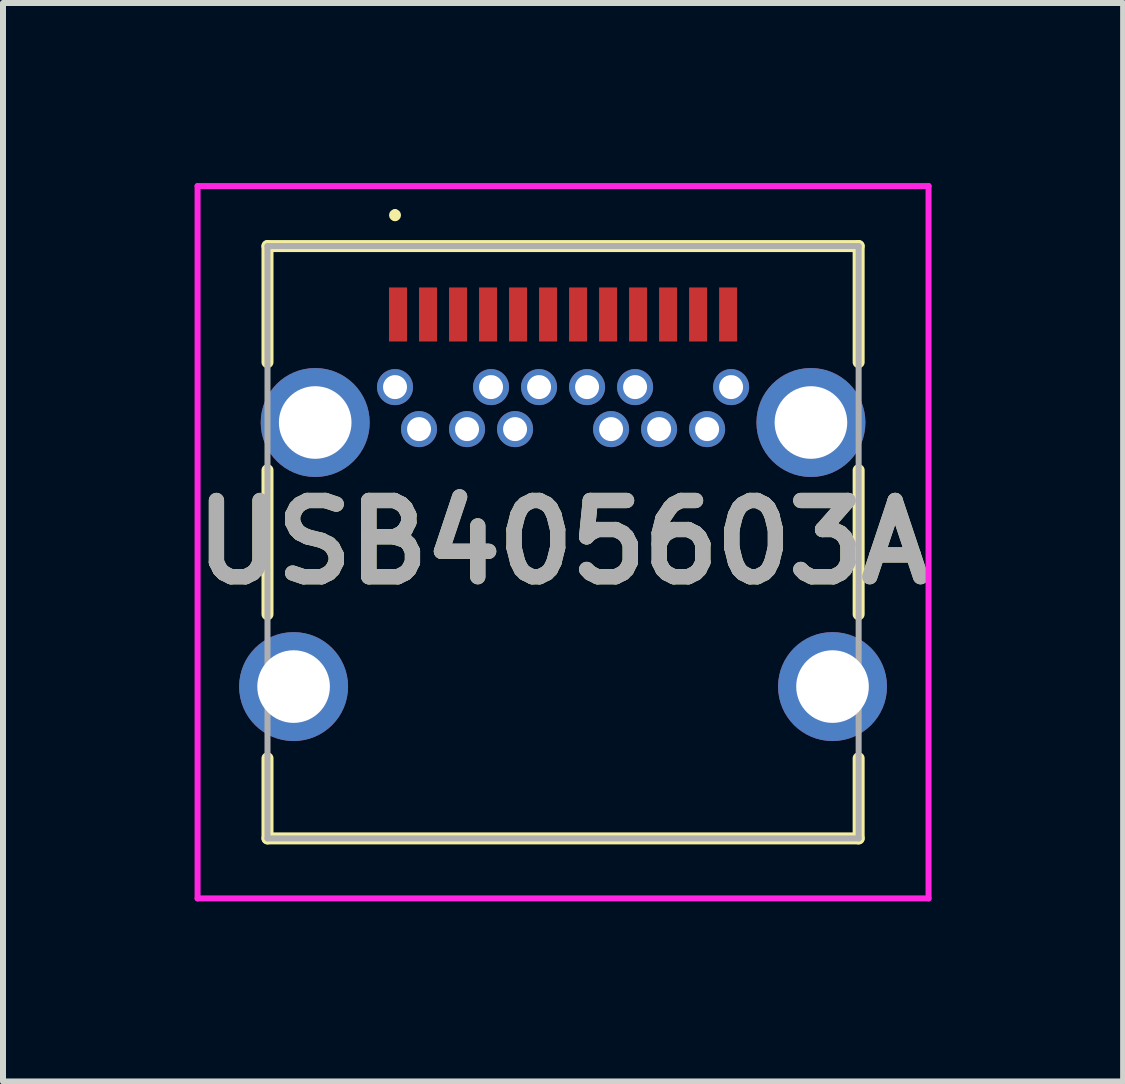
<source format=kicad_pcb>
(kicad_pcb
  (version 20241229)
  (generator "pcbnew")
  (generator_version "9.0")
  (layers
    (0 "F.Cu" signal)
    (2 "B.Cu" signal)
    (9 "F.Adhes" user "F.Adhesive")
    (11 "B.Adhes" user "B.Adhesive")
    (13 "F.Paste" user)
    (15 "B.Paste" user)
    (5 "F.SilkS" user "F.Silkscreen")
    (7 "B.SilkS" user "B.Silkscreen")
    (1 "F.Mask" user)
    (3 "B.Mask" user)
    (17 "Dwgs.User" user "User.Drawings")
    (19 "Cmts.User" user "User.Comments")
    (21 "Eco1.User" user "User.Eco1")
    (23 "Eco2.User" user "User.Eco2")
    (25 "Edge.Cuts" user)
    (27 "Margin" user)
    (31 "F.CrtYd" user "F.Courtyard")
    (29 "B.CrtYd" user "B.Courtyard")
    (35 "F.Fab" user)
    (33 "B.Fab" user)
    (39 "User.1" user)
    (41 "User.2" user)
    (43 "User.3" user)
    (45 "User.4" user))
  (footprint "USB405603A"
    (layer "F.Cu")
    (at 6.332 8.39)
    (property "Reference" "USB405603A" (at 0 -2.405 0) (layer "F.SilkS") (effects (font (size 1.27 1.27) (thickness 0.254))))
    (attr through_hole)
    (fp_line (start -4.925 -7.34) (end 4.925 -7.34) (stroke (width 0.2) (type solid)) (layer "F.SilkS"))
    (fp_line (start -4.925 -5.405) (end -4.925 -7.34) (stroke (width 0.2) (type solid)) (layer "F.SilkS"))
    (fp_line (start -4.925 -3.605) (end -4.925 -1.205) (stroke (width 0.2) (type solid)) (layer "F.SilkS"))
    (fp_line (start -4.925 1.195) (end -4.925 2.53) (stroke (width 0.2) (type solid)) (layer "F.SilkS"))
    (fp_line (start -4.925 2.53) (end 4.925 2.53) (stroke (width 0.2) (type solid)) (layer "F.SilkS"))
    (fp_line (start -2.8 -7.905) (end -2.8 -7.905) (stroke (width 0.1) (type solid)) (layer "F.SilkS"))
    (fp_line (start -2.8 -7.805) (end -2.8 -7.805) (stroke (width 0.1) (type solid)) (layer "F.SilkS"))
    (fp_line (start 4.925 -7.34) (end 4.925 -5.405) (stroke (width 0.2) (type solid)) (layer "F.SilkS"))
    (fp_line (start 4.925 -1.205) (end 4.925 -3.605) (stroke (width 0.2) (type solid)) (layer "F.SilkS"))
    (fp_line (start 4.925 2.53) (end 4.925 1.195) (stroke (width 0.2) (type solid)) (layer "F.SilkS"))
    (fp_arc (start -2.8 -7.905) (mid -2.75 -7.855) (end -2.8 -7.805) (stroke (width 0.1) (type solid)) (layer "F.SilkS"))
    (fp_arc (start -2.8 -7.805) (mid -2.85 -7.855) (end -2.8 -7.905) (stroke (width 0.1) (type solid)) (layer "F.SilkS"))
    (fp_line (start -6.09 -8.34) (end 6.09 -8.34) (stroke (width 0.1) (type solid)) (layer "F.CrtYd"))
    (fp_line (start -6.09 3.53) (end -6.09 -8.34) (stroke (width 0.1) (type solid)) (layer "F.CrtYd"))
    (fp_line (start 6.09 -8.34) (end 6.09 3.53) (stroke (width 0.1) (type solid)) (layer "F.CrtYd"))
    (fp_line (start 6.09 3.53) (end -6.09 3.53) (stroke (width 0.1) (type solid)) (layer "F.CrtYd"))
    (fp_line (start -4.925 -7.34) (end 4.925 -7.34) (stroke (width 0.1) (type solid)) (layer "F.Fab"))
    (fp_line (start -4.925 2.53) (end -4.925 -7.34) (stroke (width 0.1) (type solid)) (layer "F.Fab"))
    (fp_line (start 4.925 -7.34) (end 4.925 2.53) (stroke (width 0.1) (type solid)) (layer "F.Fab"))
    (fp_line (start 4.925 2.53) (end -4.925 2.53) (stroke (width 0.1) (type solid)) (layer "F.Fab"))
    (fp_text user "${REFERENCE}" (at 0 -2.405 0) (layer "F.Fab") (effects (font (size 1.27 1.27) (thickness 0.254))))
    (pad "A1" smd rect (at -2.75 -6.2) (size 0.3 0.9) (layers "F.Cu" "F.Mask" "F.Paste"))
    (pad "A2" smd rect (at -2.25 -6.2) (size 0.3 0.9) (layers "F.Cu" "F.Mask" "F.Paste"))
    (pad "A3" smd rect (at -1.75 -6.2) (size 0.3 0.9) (layers "F.Cu" "F.Mask" "F.Paste"))
    (pad "A4" smd rect (at -1.25 -6.2) (size 0.3 0.9) (layers "F.Cu" "F.Mask" "F.Paste"))
    (pad "A5" smd rect (at -0.75 -6.2) (size 0.3 0.9) (layers "F.Cu" "F.Mask" "F.Paste"))
    (pad "A6" smd rect (at -0.25 -6.2) (size 0.3 0.9) (layers "F.Cu" "F.Mask" "F.Paste"))
    (pad "A7" smd rect (at 0.25 -6.2) (size 0.3 0.9) (layers "F.Cu" "F.Mask" "F.Paste"))
    (pad "A8" smd rect (at 0.75 -6.2) (size 0.3 0.9) (layers "F.Cu" "F.Mask" "F.Paste"))
    (pad "A9" smd rect (at 1.25 -6.2) (size 0.3 0.9) (layers "F.Cu" "F.Mask" "F.Paste"))
    (pad "A10" smd rect (at 1.75 -6.2) (size 0.3 0.9) (layers "F.Cu" "F.Mask" "F.Paste"))
    (pad "A11" smd rect (at 2.25 -6.2) (size 0.3 0.9) (layers "F.Cu" "F.Mask" "F.Paste"))
    (pad "A12" smd rect (at 2.75 -6.2) (size 0.3 0.9) (layers "F.Cu" "F.Mask" "F.Paste"))
    (pad "B1" thru_hole circle (at 2.8 -4.99) (size 0.6 0.6) (drill 0.4) (layers "*.Cu" "*.Mask"))
    (pad "B2" thru_hole circle (at 2.4 -4.29) (size 0.6 0.6) (drill 0.4) (layers "*.Cu" "*.Mask"))
    (pad "B3" thru_hole circle (at 1.6 -4.29) (size 0.6 0.6) (drill 0.4) (layers "*.Cu" "*.Mask"))
    (pad "B4" thru_hole circle (at 1.2 -4.99) (size 0.6 0.6) (drill 0.4) (layers "*.Cu" "*.Mask"))
    (pad "B5" thru_hole circle (at 0.8 -4.29) (size 0.6 0.6) (drill 0.4) (layers "*.Cu" "*.Mask"))
    (pad "B6" thru_hole circle (at 0.4 -4.99) (size 0.6 0.6) (drill 0.4) (layers "*.Cu" "*.Mask"))
    (pad "B7" thru_hole circle (at -0.4 -4.99) (size 0.6 0.6) (drill 0.4) (layers "*.Cu" "*.Mask"))
    (pad "B8" thru_hole circle (at -0.8 -4.29) (size 0.6 0.6) (drill 0.4) (layers "*.Cu" "*.Mask"))
    (pad "B9" thru_hole circle (at -1.2 -4.99) (size 0.6 0.6) (drill 0.4) (layers "*.Cu" "*.Mask"))
    (pad "B10" thru_hole circle (at -1.6 -4.29) (size 0.6 0.6) (drill 0.4) (layers "*.Cu" "*.Mask"))
    (pad "B11" thru_hole circle (at -2.4 -4.29) (size 0.6 0.6) (drill 0.4) (layers "*.Cu" "*.Mask"))
    (pad "B12" thru_hole circle (at -2.8 -4.99) (size 0.6 0.6) (drill 0.4) (layers "*.Cu" "*.Mask"))
    (pad "MH1" thru_hole circle (at -4.13 -4.4) (size 1.815 1.815) (drill 1.21) (layers "*.Cu" "*.Mask"))
    (pad "MH2" thru_hole circle (at 4.13 -4.4) (size 1.815 1.815) (drill 1.21) (layers "*.Cu" "*.Mask"))
    (pad "MH3" thru_hole circle (at 4.49 0) (size 1.815 1.815) (drill 1.21) (layers "*.Cu" "*.Mask"))
    (pad "MH4" thru_hole circle (at -4.49 0) (size 1.815 1.815) (drill 1.21) (layers "*.Cu" "*.Mask")))
  (gr_rect
    (start -3 -3)
    (end 15.664 14.97)
    (stroke (width 0.1) (type default))
    (fill no)
    (layer "Edge.Cuts")))
</source>
